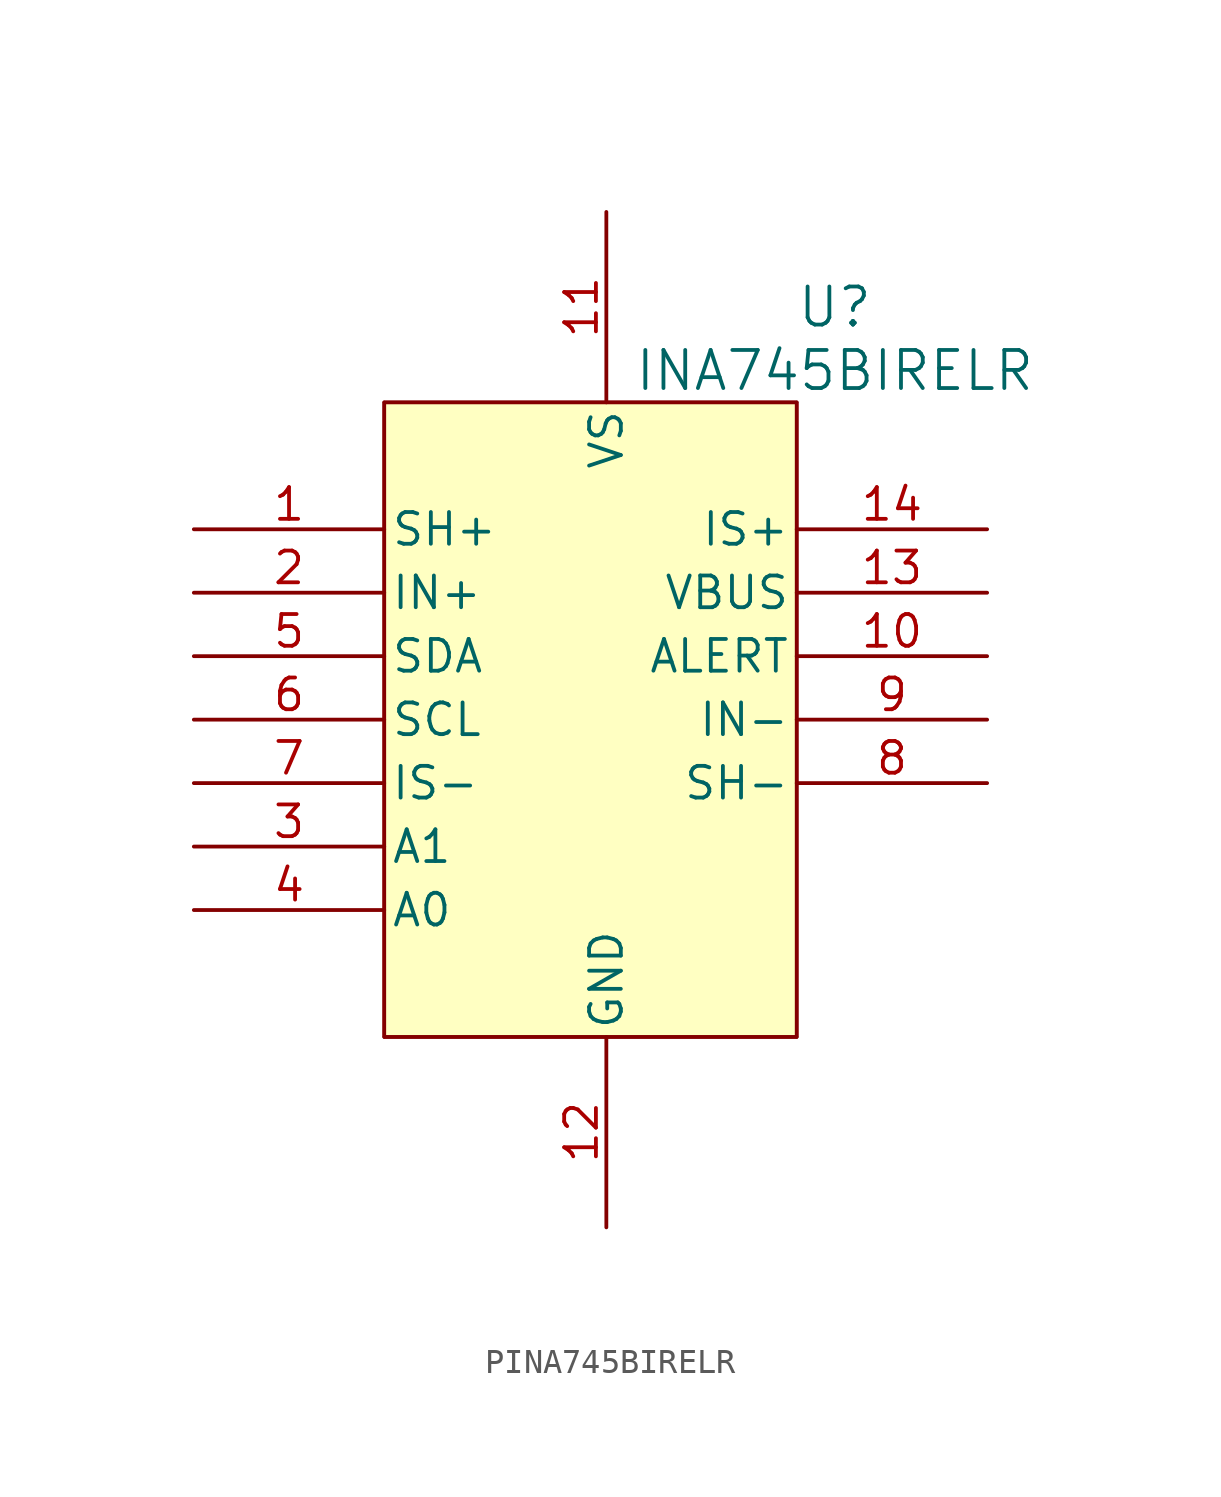
<source format=kicad_sym>
(kicad_symbol_lib
  (version 20231120)
  (generator "kicad_symbol_editor")
  (generator_version "8.0")
  (symbol "PINA745BIRELR"
    (pin_names
      (offset 0.254))
    (property "Reference" "U"
      (at 9.144 15.24 0)
      (effects (font (size 1.524 1.524))))
    (property "Value" "INA745BIRELR"
      (at 9.144 12.7 0)
      (effects (font (size 1.524 1.524))))
    (property "ki_locked" ""
      (at 0 0 0)
      (effects (font (size 1.27 1.27))))
    (symbol "PINA745BIRELR_0_1"
      (polyline (pts (xy -8.89 -13.97) (xy 7.62 -13.97)) (stroke (width 0.127) (type default)) (fill (type none)))
      (polyline (pts (xy -8.89 11.43) (xy -8.89 -13.97)) (stroke (width 0.127) (type default)) (fill (type none)))
      (polyline (pts (xy 7.62 -13.97) (xy 7.62 11.43)) (stroke (width 0.127) (type default)) (fill (type none)))
      (polyline (pts (xy 7.62 11.43) (xy -8.89 11.43)) (stroke (width 0.127) (type default)) (fill (type none)))
      (pin output line (at -16.51 6.35 0) (length 7.62) (name "SH+" (effects (font (size 1.27 1.27)))) (number "1" (effects (font (size 1.27 1.27)))))
      (pin output line (at 15.24 1.27 180) (length 7.62) (name "ALERT" (effects (font (size 1.27 1.27)))) (number "10" (effects (font (size 1.27 1.27)))))
      (pin power_in line (at 0 19.05 270) (length 7.62) (name "VS" (effects (font (size 1.27 1.27)))) (number "11" (effects (font (size 1.27 1.27)))))
      (pin power_out line (at 0 -21.59 90) (length 7.62) (name "GND" (effects (font (size 1.27 1.27)))) (number "12" (effects (font (size 1.27 1.27)))))
      (pin input line (at 15.24 3.81 180) (length 7.62) (name "VBUS" (effects (font (size 1.27 1.27)))) (number "13" (effects (font (size 1.27 1.27)))))
      (pin input line (at 15.24 6.35 180) (length 7.62) (name "IS+" (effects (font (size 1.27 1.27)))) (number "14" (effects (font (size 1.27 1.27)))))
      (pin input line (at -16.51 3.81 0) (length 7.62) (name "IN+" (effects (font (size 1.27 1.27)))) (number "2" (effects (font (size 1.27 1.27)))))
      (pin input line (at -16.51 -6.35 0) (length 7.62) (name "A1" (effects (font (size 1.27 1.27)))) (number "3" (effects (font (size 1.27 1.27)))))
      (pin input line (at -16.51 -8.89 0) (length 7.62) (name "A0" (effects (font (size 1.27 1.27)))) (number "4" (effects (font (size 1.27 1.27)))))
      (pin bidirectional line (at -16.51 1.27 0) (length 7.62) (name "SDA" (effects (font (size 1.27 1.27)))) (number "5" (effects (font (size 1.27 1.27)))))
      (pin input line (at -16.51 -1.27 0) (length 7.62) (name "SCL" (effects (font (size 1.27 1.27)))) (number "6" (effects (font (size 1.27 1.27)))))
      (pin input line (at -16.51 -3.81 0) (length 7.62) (name "IS-" (effects (font (size 1.27 1.27)))) (number "7" (effects (font (size 1.27 1.27)))))
      (pin output line (at 15.24 -3.81 180) (length 7.62) (name "SH-" (effects (font (size 1.27 1.27)))) (number "8" (effects (font (size 1.27 1.27)))))
      (pin input line (at 15.24 -1.27 180) (length 7.62) (name "IN-" (effects (font (size 1.27 1.27)))) (number "9" (effects (font (size 1.27 1.27))))))
    (symbol "PINA745BIRELR_1_1"
      (rectangle (start -8.89 11.43) (end 7.62 -13.97) (stroke (width 0) (type default)) (fill (type background))))))
</source>
